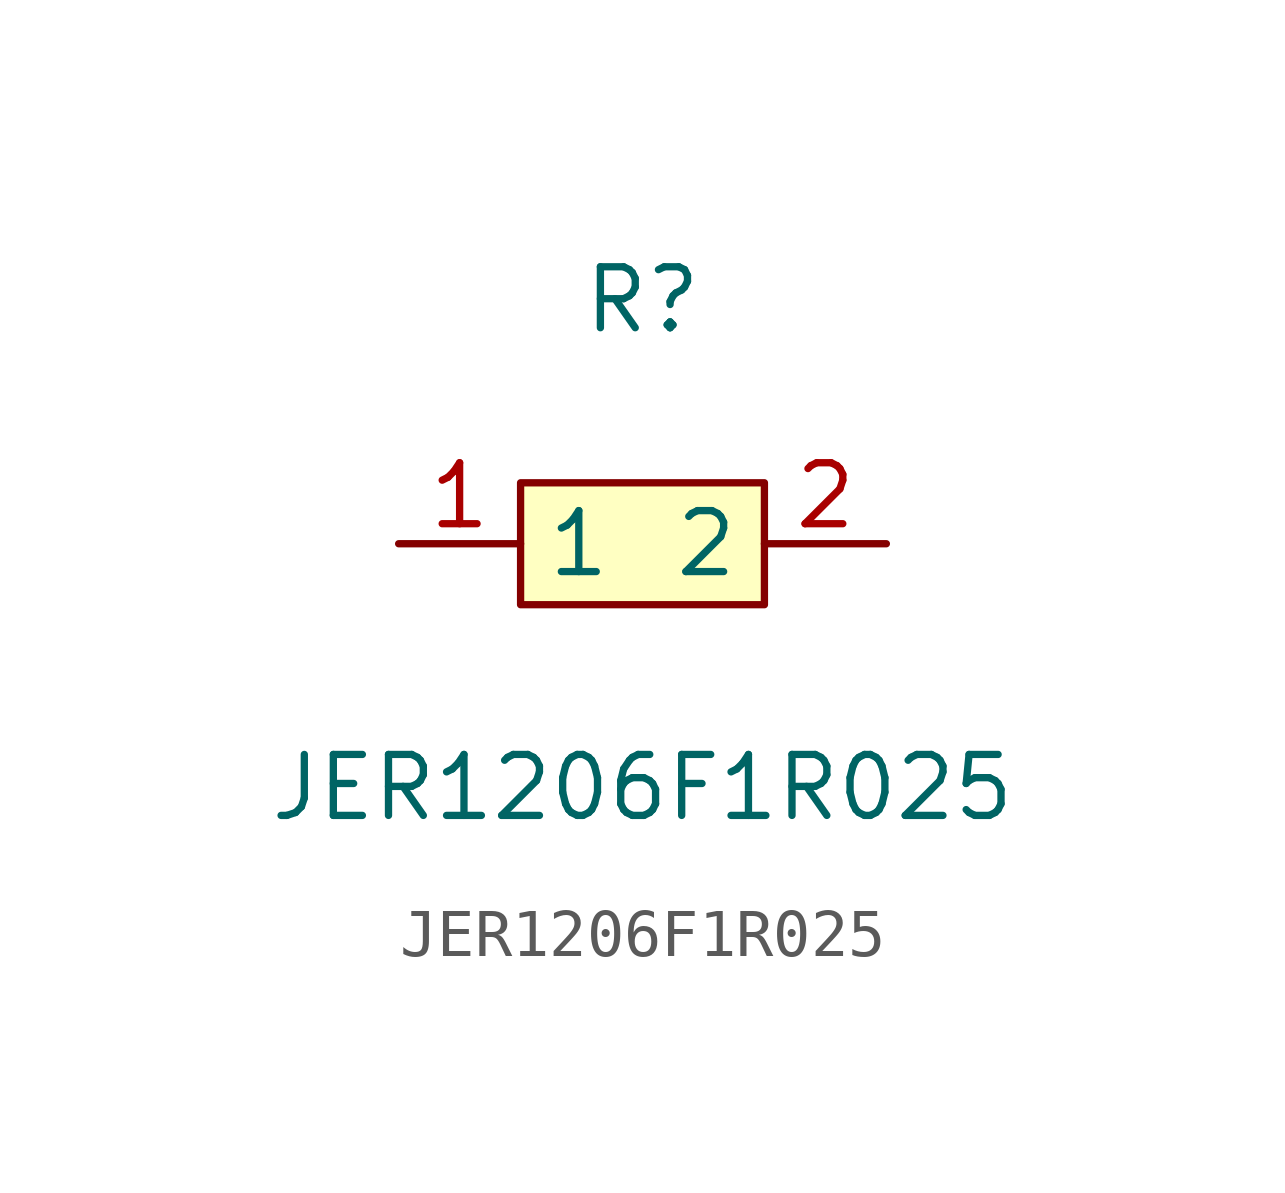
<source format=kicad_sym>
(kicad_symbol_lib
  (version 1)
  (generator "faebryk")
  (symbol "JER1206F1R025"
    (property "Reference" "R"
      (at 0 5.08 0)
      (effects (font (size 1.27 1.27)) (hide no)))
    (property "Value" "JER1206F1R025"
      (at 0 -5.08 0)
      (effects (font (size 1.27 1.27)) (hide no)))
    (symbol "JER1206F1R025_0_1"
      (rectangle (start -2.54 1.27) (end 2.54 -1.27) (stroke (width 0) (type default) (color 0 0 0 0)) (fill (type background)))
      (pin unspecified line (at 5.08 0 180) (length 2.54) (name "2" (effects (font (size 1.27 1.27)) (hide no))) (number "2" (effects (font (size 1.27 1.27)) (hide no))))
      (pin unspecified line (at -5.08 0 0) (length 2.54) (name "1" (effects (font (size 1.27 1.27)) (hide no))) (number "1" (effects (font (size 1.27 1.27)) (hide no)))))))
</source>
